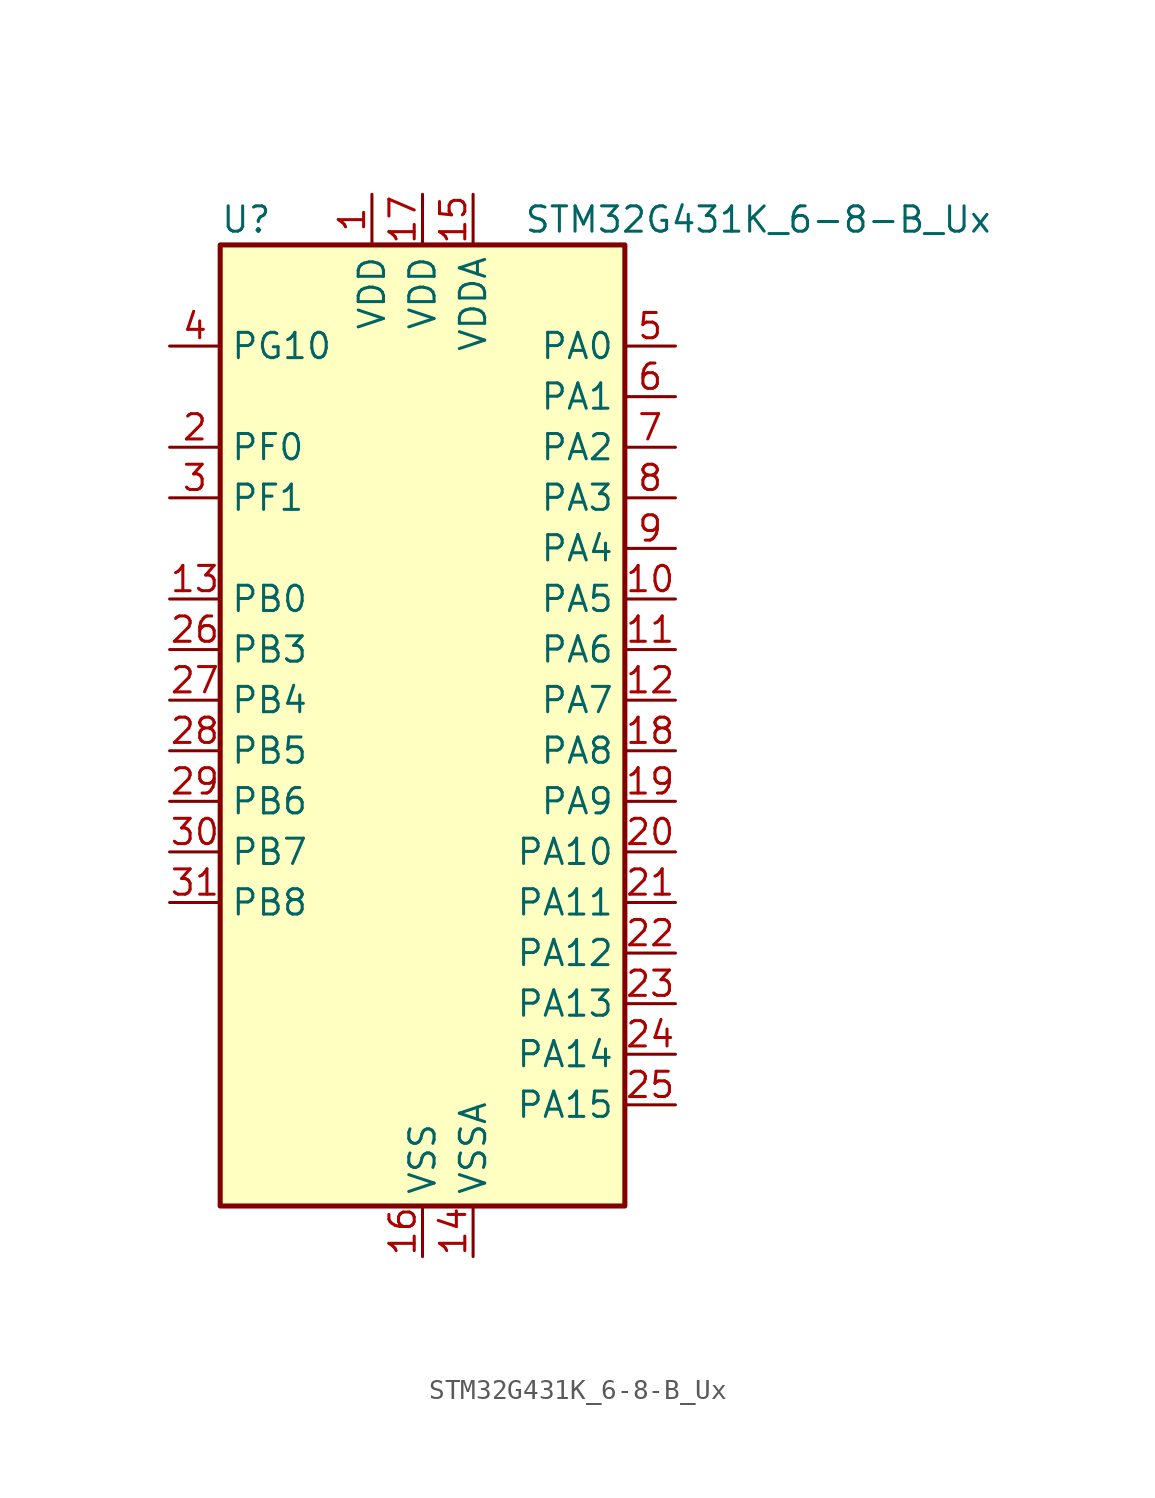
<source format=kicad_sym>
(kicad_symbol_lib
  (version 20241209)
  (generator "kicad_symbol_editor")
  (generator_version "9.0")
  (symbol "STM32G431K_6-8-B_Ux"
    (property "Reference" "U"
      (at -10.16 26.67 0)
      (effects (font (size 1.27 1.27)) (justify left)))
    (property "Value" "STM32G431K_6-8-B_Ux"
      (at 5.08 26.67 0)
      (effects (font (size 1.27 1.27)) (justify left)))
    (symbol "STM32G431K_6-8-B_Ux_0_1"
      (rectangle (start -10.16 -22.86) (end 10.16 25.4) (stroke (width 0.254) (type default)) (fill (type background))))
    (symbol "STM32G431K_6-8-B_Ux_1_1"
      (pin bidirectional line (at -12.7 20.32 0) (length 2.54) (name "PG10" (effects (font (size 1.27 1.27)))) (number "4" (effects (font (size 1.27 1.27)))) (alternate "DAC1_EXTI10" bidirectional line) (alternate "DAC3_EXTI10" bidirectional line) (alternate "RCC_MCO" bidirectional line))
      (pin bidirectional line (at -12.7 15.24 0) (length 2.54) (name "PF0" (effects (font (size 1.27 1.27)))) (number "2" (effects (font (size 1.27 1.27)))) (alternate "ADC1_IN10" bidirectional line) (alternate "I2C2_SDA" bidirectional line) (alternate "I2S2_WS" bidirectional line) (alternate "RCC_OSC_IN" bidirectional line) (alternate "SPI2_NSS" bidirectional line) (alternate "TIM1_CH3N" bidirectional line))
      (pin bidirectional line (at -12.7 12.7 0) (length 2.54) (name "PF1" (effects (font (size 1.27 1.27)))) (number "3" (effects (font (size 1.27 1.27)))) (alternate "ADC2_IN10" bidirectional line) (alternate "COMP3_INM" bidirectional line) (alternate "I2S2_CK" bidirectional line) (alternate "RCC_OSC_OUT" bidirectional line) (alternate "SPI2_SCK" bidirectional line))
      (pin bidirectional line (at -12.7 7.62 0) (length 2.54) (name "PB0" (effects (font (size 1.27 1.27)))) (number "13" (effects (font (size 1.27 1.27)))) (alternate "ADC1_IN15" bidirectional line) (alternate "COMP4_INP" bidirectional line) (alternate "OPAMP2_VINP" bidirectional line) (alternate "OPAMP2_VINP_SEC" bidirectional line) (alternate "OPAMP3_VINP" bidirectional line) (alternate "OPAMP3_VINP_SEC" bidirectional line) (alternate "TIM1_CH2N" bidirectional line) (alternate "TIM3_CH3" bidirectional line) (alternate "TIM8_CH2N" bidirectional line) (alternate "UCPD1_FRSTX1" bidirectional line) (alternate "UCPD1_FRSTX2" bidirectional line))
      (pin bidirectional line (at -12.7 5.08 0) (length 2.54) (name "PB3" (effects (font (size 1.27 1.27)))) (number "26" (effects (font (size 1.27 1.27)))) (alternate "CRS_SYNC" bidirectional line) (alternate "I2S3_CK" bidirectional line) (alternate "SAI1_SCK_B" bidirectional line) (alternate "SPI1_SCK" bidirectional line) (alternate "SPI3_SCK" bidirectional line) (alternate "SYS_JTDO-SWO" bidirectional line) (alternate "TIM2_CH2" bidirectional line) (alternate "TIM3_ETR" bidirectional line) (alternate "TIM4_ETR" bidirectional line) (alternate "TIM8_CH1N" bidirectional line) (alternate "USART2_TX" bidirectional line))
      (pin bidirectional line (at -12.7 2.54 0) (length 2.54) (name "PB4" (effects (font (size 1.27 1.27)))) (number "27" (effects (font (size 1.27 1.27)))) (alternate "SAI1_MCLK_B" bidirectional line) (alternate "SPI1_MISO" bidirectional line) (alternate "SPI3_MISO" bidirectional line) (alternate "SYS_JTRST" bidirectional line) (alternate "TIM16_CH1" bidirectional line) (alternate "TIM17_BKIN" bidirectional line) (alternate "TIM3_CH1" bidirectional line) (alternate "TIM8_CH2N" bidirectional line) (alternate "UCPD1_CC2" bidirectional line) (alternate "USART2_RX" bidirectional line))
      (pin bidirectional line (at -12.7 0 0) (length 2.54) (name "PB5" (effects (font (size 1.27 1.27)))) (number "28" (effects (font (size 1.27 1.27)))) (alternate "I2C1_SMBA" bidirectional line) (alternate "I2C3_SDA" bidirectional line) (alternate "I2S3_SD" bidirectional line) (alternate "LPTIM1_IN1" bidirectional line) (alternate "SAI1_SD_B" bidirectional line) (alternate "SPI1_MOSI" bidirectional line) (alternate "SPI3_MOSI" bidirectional line) (alternate "TIM16_BKIN" bidirectional line) (alternate "TIM17_CH1" bidirectional line) (alternate "TIM3_CH2" bidirectional line) (alternate "TIM8_CH3N" bidirectional line) (alternate "USART2_CK" bidirectional line))
      (pin bidirectional line (at -12.7 -2.54 0) (length 2.54) (name "PB6" (effects (font (size 1.27 1.27)))) (number "29" (effects (font (size 1.27 1.27)))) (alternate "COMP4_OUT" bidirectional line) (alternate "LPTIM1_ETR" bidirectional line) (alternate "SAI1_FS_B" bidirectional line) (alternate "TIM16_CH1N" bidirectional line) (alternate "TIM4_CH1" bidirectional line) (alternate "TIM8_BKIN2" bidirectional line) (alternate "TIM8_CH1" bidirectional line) (alternate "TIM8_ETR" bidirectional line) (alternate "UCPD1_CC1" bidirectional line) (alternate "USART1_TX" bidirectional line))
      (pin bidirectional line (at -12.7 -5.08 0) (length 2.54) (name "PB7" (effects (font (size 1.27 1.27)))) (number "30" (effects (font (size 1.27 1.27)))) (alternate "COMP3_OUT" bidirectional line) (alternate "I2C1_SDA" bidirectional line) (alternate "LPTIM1_IN2" bidirectional line) (alternate "SYS_PVD_IN" bidirectional line) (alternate "TIM17_CH1N" bidirectional line) (alternate "TIM3_CH4" bidirectional line) (alternate "TIM4_CH2" bidirectional line) (alternate "TIM8_BKIN" bidirectional line) (alternate "USART1_RX" bidirectional line))
      (pin bidirectional line (at -12.7 -7.62 0) (length 2.54) (name "PB8" (effects (font (size 1.27 1.27)))) (number "31" (effects (font (size 1.27 1.27)))) (alternate "COMP1_OUT" bidirectional line) (alternate "FDCAN1_RX" bidirectional line) (alternate "I2C1_SCL" bidirectional line) (alternate "SAI1_CK1" bidirectional line) (alternate "SAI1_MCLK_A" bidirectional line) (alternate "TIM16_CH1" bidirectional line) (alternate "TIM1_BKIN" bidirectional line) (alternate "TIM4_CH3" bidirectional line) (alternate "TIM8_CH2" bidirectional line))
      (pin power_in line (at -2.54 27.94 270) (length 2.54) (name "VDD" (effects (font (size 1.27 1.27)))) (number "1" (effects (font (size 1.27 1.27)))))
      (pin power_in line (at 0 27.94 270) (length 2.54) (name "VDD" (effects (font (size 1.27 1.27)))) (number "17" (effects (font (size 1.27 1.27)))))
      (pin power_in line (at 0 -25.4 90) (length 2.54) (name "VSS" (effects (font (size 1.27 1.27)))) (number "16" (effects (font (size 1.27 1.27)))))
      (pin passive line (at 0 -25.4 90) (length 2.54) (hide yes) (name "VSS" (effects (font (size 1.27 1.27)))) (number "32" (effects (font (size 1.27 1.27)))))
      (pin passive line (at 0 -25.4 90) (length 2.54) (hide yes) (name "VSS" (effects (font (size 1.27 1.27)))) (number "33" (effects (font (size 1.27 1.27)))))
      (pin power_in line (at 2.54 27.94 270) (length 2.54) (name "VDDA" (effects (font (size 1.27 1.27)))) (number "15" (effects (font (size 1.27 1.27)))))
      (pin power_in line (at 2.54 -25.4 90) (length 2.54) (name "VSSA" (effects (font (size 1.27 1.27)))) (number "14" (effects (font (size 1.27 1.27)))))
      (pin bidirectional line (at 12.7 20.32 180) (length 2.54) (name "PA0" (effects (font (size 1.27 1.27)))) (number "5" (effects (font (size 1.27 1.27)))) (alternate "ADC1_IN1" bidirectional line) (alternate "ADC2_IN1" bidirectional line) (alternate "COMP1_INM" bidirectional line) (alternate "COMP1_OUT" bidirectional line) (alternate "COMP3_INP" bidirectional line) (alternate "RTC_TAMP2" bidirectional line) (alternate "SYS_WKUP1" bidirectional line) (alternate "TIM2_CH1" bidirectional line) (alternate "TIM2_ETR" bidirectional line) (alternate "TIM8_BKIN" bidirectional line) (alternate "TIM8_ETR" bidirectional line) (alternate "USART2_CTS" bidirectional line) (alternate "USART2_NSS" bidirectional line))
      (pin bidirectional line (at 12.7 17.78 180) (length 2.54) (name "PA1" (effects (font (size 1.27 1.27)))) (number "6" (effects (font (size 1.27 1.27)))) (alternate "ADC1_IN2" bidirectional line) (alternate "ADC2_IN2" bidirectional line) (alternate "COMP1_INP" bidirectional line) (alternate "OPAMP1_VINP" bidirectional line) (alternate "OPAMP1_VINP_SEC" bidirectional line) (alternate "OPAMP3_VINP" bidirectional line) (alternate "OPAMP3_VINP_SEC" bidirectional line) (alternate "RTC_REFIN" bidirectional line) (alternate "TIM15_CH1N" bidirectional line) (alternate "TIM2_CH2" bidirectional line) (alternate "USART2_DE" bidirectional line) (alternate "USART2_RTS" bidirectional line))
      (pin bidirectional line (at 12.7 15.24 180) (length 2.54) (name "PA2" (effects (font (size 1.27 1.27)))) (number "7" (effects (font (size 1.27 1.27)))) (alternate "ADC1_IN3" bidirectional line) (alternate "COMP2_INM" bidirectional line) (alternate "COMP2_OUT" bidirectional line) (alternate "LPUART1_TX" bidirectional line) (alternate "OPAMP1_VOUT" bidirectional line) (alternate "RCC_LSCO" bidirectional line) (alternate "SYS_WKUP4" bidirectional line) (alternate "TIM15_CH1" bidirectional line) (alternate "TIM2_CH3" bidirectional line) (alternate "UCPD1_FRSTX1" bidirectional line) (alternate "UCPD1_FRSTX2" bidirectional line) (alternate "USART2_TX" bidirectional line))
      (pin bidirectional line (at 12.7 12.7 180) (length 2.54) (name "PA3" (effects (font (size 1.27 1.27)))) (number "8" (effects (font (size 1.27 1.27)))) (alternate "ADC1_IN4" bidirectional line) (alternate "COMP2_INP" bidirectional line) (alternate "LPUART1_RX" bidirectional line) (alternate "OPAMP1_VINM" bidirectional line) (alternate "OPAMP1_VINM0" bidirectional line) (alternate "OPAMP1_VINM_SEC" bidirectional line) (alternate "OPAMP1_VINP" bidirectional line) (alternate "OPAMP1_VINP_SEC" bidirectional line) (alternate "SAI1_CK1" bidirectional line) (alternate "SAI1_MCLK_A" bidirectional line) (alternate "TIM15_CH2" bidirectional line) (alternate "TIM2_CH4" bidirectional line) (alternate "USART2_RX" bidirectional line))
      (pin bidirectional line (at 12.7 10.16 180) (length 2.54) (name "PA4" (effects (font (size 1.27 1.27)))) (number "9" (effects (font (size 1.27 1.27)))) (alternate "ADC2_IN17" bidirectional line) (alternate "COMP1_INM" bidirectional line) (alternate "DAC1_OUT1" bidirectional line) (alternate "I2S3_WS" bidirectional line) (alternate "SAI1_FS_B" bidirectional line) (alternate "SPI1_NSS" bidirectional line) (alternate "SPI3_NSS" bidirectional line) (alternate "TIM3_CH2" bidirectional line) (alternate "USART2_CK" bidirectional line))
      (pin bidirectional line (at 12.7 7.62 180) (length 2.54) (name "PA5" (effects (font (size 1.27 1.27)))) (number "10" (effects (font (size 1.27 1.27)))) (alternate "ADC2_IN13" bidirectional line) (alternate "COMP2_INM" bidirectional line) (alternate "DAC1_OUT2" bidirectional line) (alternate "OPAMP2_VINM" bidirectional line) (alternate "OPAMP2_VINM0" bidirectional line) (alternate "OPAMP2_VINM_SEC" bidirectional line) (alternate "SPI1_SCK" bidirectional line) (alternate "TIM2_CH1" bidirectional line) (alternate "TIM2_ETR" bidirectional line) (alternate "UCPD1_FRSTX1" bidirectional line) (alternate "UCPD1_FRSTX2" bidirectional line))
      (pin bidirectional line (at 12.7 5.08 180) (length 2.54) (name "PA6" (effects (font (size 1.27 1.27)))) (number "11" (effects (font (size 1.27 1.27)))) (alternate "ADC2_IN3" bidirectional line) (alternate "COMP1_OUT" bidirectional line) (alternate "LPUART1_CTS" bidirectional line) (alternate "OPAMP2_VOUT" bidirectional line) (alternate "SPI1_MISO" bidirectional line) (alternate "TIM16_CH1" bidirectional line) (alternate "TIM1_BKIN" bidirectional line) (alternate "TIM3_CH1" bidirectional line) (alternate "TIM8_BKIN" bidirectional line))
      (pin bidirectional line (at 12.7 2.54 180) (length 2.54) (name "PA7" (effects (font (size 1.27 1.27)))) (number "12" (effects (font (size 1.27 1.27)))) (alternate "ADC2_IN4" bidirectional line) (alternate "COMP2_INP" bidirectional line) (alternate "COMP2_OUT" bidirectional line) (alternate "OPAMP1_VINP" bidirectional line) (alternate "OPAMP1_VINP_SEC" bidirectional line) (alternate "OPAMP2_VINP" bidirectional line) (alternate "OPAMP2_VINP_SEC" bidirectional line) (alternate "SPI1_MOSI" bidirectional line) (alternate "TIM17_CH1" bidirectional line) (alternate "TIM1_CH1N" bidirectional line) (alternate "TIM3_CH2" bidirectional line) (alternate "TIM8_CH1N" bidirectional line) (alternate "UCPD1_FRSTX1" bidirectional line) (alternate "UCPD1_FRSTX2" bidirectional line))
      (pin bidirectional line (at 12.7 0 180) (length 2.54) (name "PA8" (effects (font (size 1.27 1.27)))) (number "18" (effects (font (size 1.27 1.27)))) (alternate "I2C2_SDA" bidirectional line) (alternate "I2C3_SCL" bidirectional line) (alternate "I2S2_MCK" bidirectional line) (alternate "RCC_MCO" bidirectional line) (alternate "SAI1_CK2" bidirectional line) (alternate "SAI1_SCK_A" bidirectional line) (alternate "TIM1_CH1" bidirectional line) (alternate "TIM4_ETR" bidirectional line) (alternate "USART1_CK" bidirectional line))
      (pin bidirectional line (at 12.7 -2.54 180) (length 2.54) (name "PA9" (effects (font (size 1.27 1.27)))) (number "19" (effects (font (size 1.27 1.27)))) (alternate "DAC1_EXTI9" bidirectional line) (alternate "DAC3_EXTI9" bidirectional line) (alternate "I2C2_SCL" bidirectional line) (alternate "I2C3_SMBA" bidirectional line) (alternate "I2S3_MCK" bidirectional line) (alternate "SAI1_FS_A" bidirectional line) (alternate "TIM15_BKIN" bidirectional line) (alternate "TIM1_CH2" bidirectional line) (alternate "TIM2_CH3" bidirectional line) (alternate "UCPD1_DBCC1" bidirectional line) (alternate "USART1_TX" bidirectional line))
      (pin bidirectional line (at 12.7 -5.08 180) (length 2.54) (name "PA10" (effects (font (size 1.27 1.27)))) (number "20" (effects (font (size 1.27 1.27)))) (alternate "CRS_SYNC" bidirectional line) (alternate "DAC1_EXTI10" bidirectional line) (alternate "DAC3_EXTI10" bidirectional line) (alternate "I2C2_SMBA" bidirectional line) (alternate "SAI1_D1" bidirectional line) (alternate "SAI1_SD_A" bidirectional line) (alternate "SPI2_MISO" bidirectional line) (alternate "TIM17_BKIN" bidirectional line) (alternate "TIM1_CH3" bidirectional line) (alternate "TIM2_CH4" bidirectional line) (alternate "TIM8_BKIN" bidirectional line) (alternate "UCPD1_DBCC2" bidirectional line) (alternate "USART1_RX" bidirectional line))
      (pin bidirectional line (at 12.7 -7.62 180) (length 2.54) (name "PA11" (effects (font (size 1.27 1.27)))) (number "21" (effects (font (size 1.27 1.27)))) (alternate "ADC1_EXTI11" bidirectional line) (alternate "ADC2_EXTI11" bidirectional line) (alternate "COMP1_OUT" bidirectional line) (alternate "FDCAN1_RX" bidirectional line) (alternate "I2S2_SD" bidirectional line) (alternate "SPI2_MOSI" bidirectional line) (alternate "TIM1_BKIN2" bidirectional line) (alternate "TIM1_CH1N" bidirectional line) (alternate "TIM1_CH4" bidirectional line) (alternate "TIM4_CH1" bidirectional line) (alternate "USART1_CTS" bidirectional line) (alternate "USART1_NSS" bidirectional line) (alternate "USB_DM" bidirectional line))
      (pin bidirectional line (at 12.7 -10.16 180) (length 2.54) (name "PA12" (effects (font (size 1.27 1.27)))) (number "22" (effects (font (size 1.27 1.27)))) (alternate "COMP2_OUT" bidirectional line) (alternate "FDCAN1_TX" bidirectional line) (alternate "I2S_CKIN" bidirectional line) (alternate "TIM16_CH1" bidirectional line) (alternate "TIM1_CH2N" bidirectional line) (alternate "TIM1_ETR" bidirectional line) (alternate "TIM4_CH2" bidirectional line) (alternate "USART1_DE" bidirectional line) (alternate "USART1_RTS" bidirectional line) (alternate "USB_DP" bidirectional line))
      (pin bidirectional line (at 12.7 -12.7 180) (length 2.54) (name "PA13" (effects (font (size 1.27 1.27)))) (number "23" (effects (font (size 1.27 1.27)))) (alternate "I2C1_SCL" bidirectional line) (alternate "IR_OUT" bidirectional line) (alternate "SAI1_SD_B" bidirectional line) (alternate "SYS_JTMS-SWDIO" bidirectional line) (alternate "TIM16_CH1N" bidirectional line) (alternate "TIM4_CH3" bidirectional line))
      (pin bidirectional line (at 12.7 -15.24 180) (length 2.54) (name "PA14" (effects (font (size 1.27 1.27)))) (number "24" (effects (font (size 1.27 1.27)))) (alternate "I2C1_SDA" bidirectional line) (alternate "LPTIM1_OUT" bidirectional line) (alternate "SAI1_FS_B" bidirectional line) (alternate "SYS_JTCK-SWCLK" bidirectional line) (alternate "TIM1_BKIN" bidirectional line) (alternate "TIM8_CH2" bidirectional line) (alternate "USART2_TX" bidirectional line))
      (pin bidirectional line (at 12.7 -17.78 180) (length 2.54) (name "PA15" (effects (font (size 1.27 1.27)))) (number "25" (effects (font (size 1.27 1.27)))) (alternate "ADC1_EXTI15" bidirectional line) (alternate "ADC2_EXTI15" bidirectional line) (alternate "I2C1_SCL" bidirectional line) (alternate "I2S3_WS" bidirectional line) (alternate "SPI1_NSS" bidirectional line) (alternate "SPI3_NSS" bidirectional line) (alternate "SYS_JTDI" bidirectional line) (alternate "TIM1_BKIN" bidirectional line) (alternate "TIM2_CH1" bidirectional line) (alternate "TIM2_ETR" bidirectional line) (alternate "TIM8_CH1" bidirectional line) (alternate "USART2_RX" bidirectional line)))))
</source>
